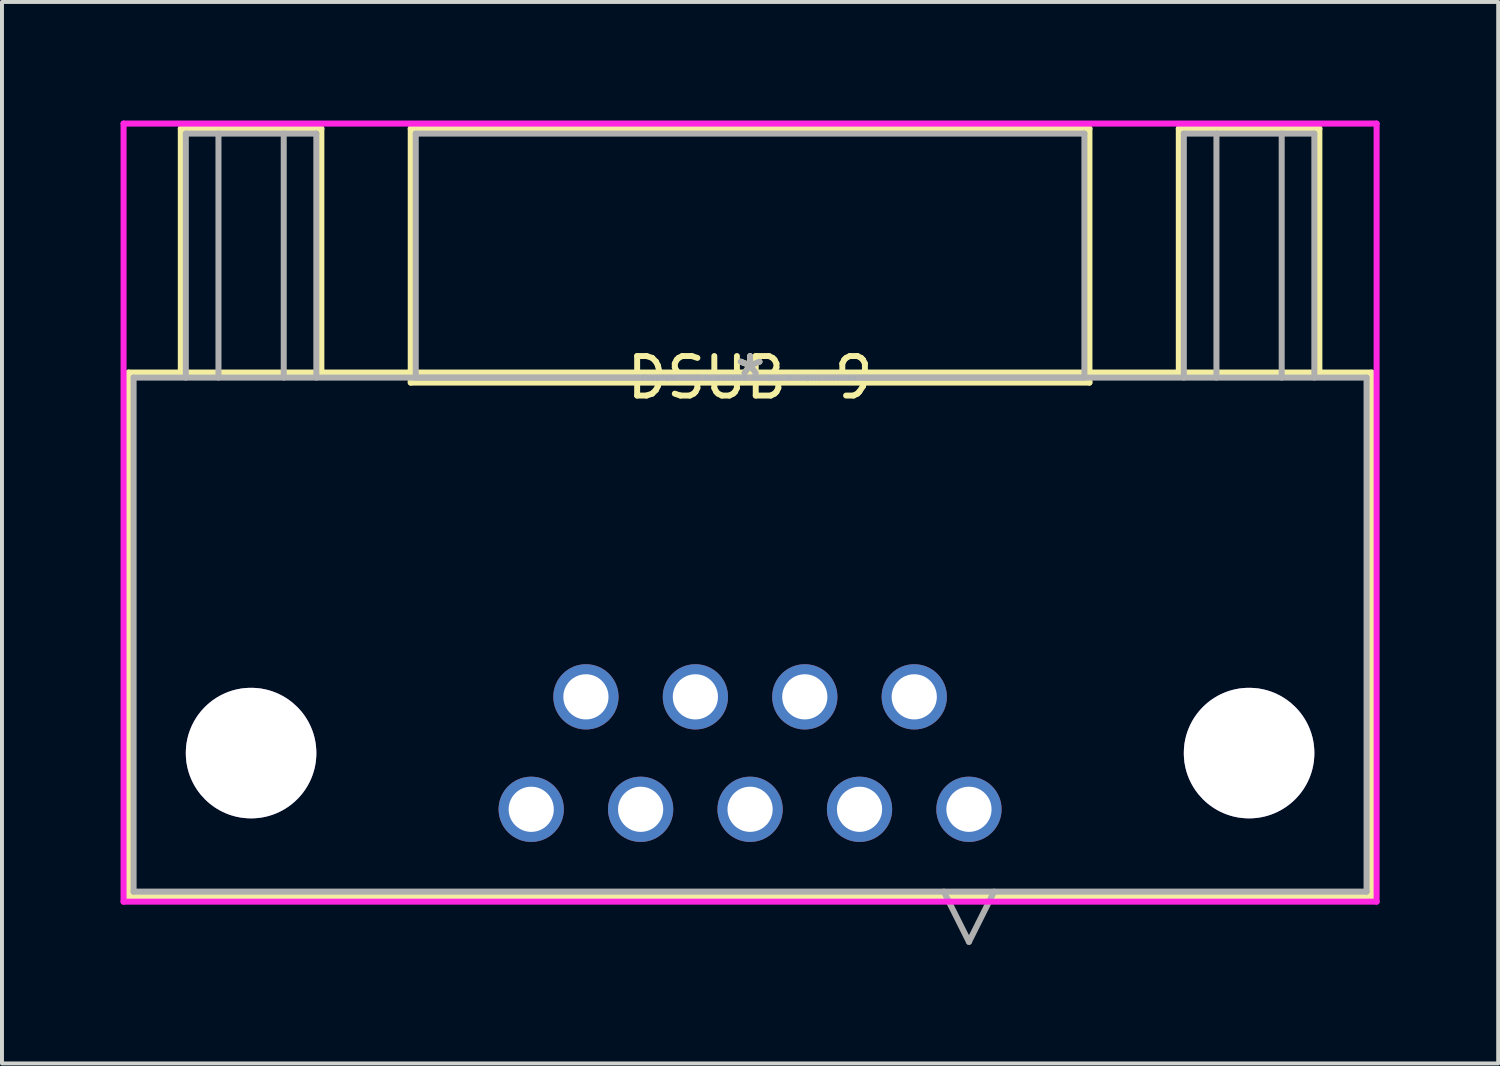
<source format=kicad_pcb>
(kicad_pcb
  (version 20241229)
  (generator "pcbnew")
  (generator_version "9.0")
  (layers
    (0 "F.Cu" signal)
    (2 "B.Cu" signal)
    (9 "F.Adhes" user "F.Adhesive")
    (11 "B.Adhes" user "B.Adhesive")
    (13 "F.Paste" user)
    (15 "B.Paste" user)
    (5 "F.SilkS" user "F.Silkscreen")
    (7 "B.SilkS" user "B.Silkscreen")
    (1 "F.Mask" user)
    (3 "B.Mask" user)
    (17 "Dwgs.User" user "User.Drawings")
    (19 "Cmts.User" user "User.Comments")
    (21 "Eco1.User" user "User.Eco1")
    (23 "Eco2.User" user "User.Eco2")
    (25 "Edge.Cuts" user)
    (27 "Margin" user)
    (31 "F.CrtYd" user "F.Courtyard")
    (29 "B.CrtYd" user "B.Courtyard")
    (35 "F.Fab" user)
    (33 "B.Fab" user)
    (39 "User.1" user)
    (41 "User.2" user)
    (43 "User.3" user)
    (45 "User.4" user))
  (footprint "DSUB-9"
    (layer "F.Cu")
    (at 15.926 6.502)
    (property "Reference" "DSUB-9" (at 0 0 0) (layer "F.SilkS") (effects (font (size 1 1) (thickness 0.15))))
    (attr through_hole)
    (fp_line (start -15.723 -0.127) (end -15.723 13.132) (stroke (width 0.152) (type solid)) (layer "F.SilkS"))
    (fp_line (start -15.723 13.132) (end 15.723 13.132) (stroke (width 0.152) (type solid)) (layer "F.SilkS"))
    (fp_line (start -14.402 -6.299) (end -10.846 -6.299) (stroke (width 0.152) (type solid)) (layer "F.SilkS"))
    (fp_line (start -14.402 -0.127) (end -14.402 -6.299) (stroke (width 0.152) (type solid)) (layer "F.SilkS"))
    (fp_line (start -10.846 -6.299) (end -10.846 -0.127) (stroke (width 0.152) (type solid)) (layer "F.SilkS"))
    (fp_line (start -8.585 -6.299) (end -8.585 0.127) (stroke (width 0.152) (type solid)) (layer "F.SilkS"))
    (fp_line (start -8.585 0.127) (end 8.585 0.127) (stroke (width 0.152) (type solid)) (layer "F.SilkS"))
    (fp_line (start 8.585 -6.299) (end -8.585 -6.299) (stroke (width 0.152) (type solid)) (layer "F.SilkS"))
    (fp_line (start 8.585 0.127) (end 8.585 -6.299) (stroke (width 0.152) (type solid)) (layer "F.SilkS"))
    (fp_line (start 10.846 -6.299) (end 14.402 -6.299) (stroke (width 0.152) (type solid)) (layer "F.SilkS"))
    (fp_line (start 10.846 -0.127) (end 10.846 -6.299) (stroke (width 0.152) (type solid)) (layer "F.SilkS"))
    (fp_line (start 14.402 -6.299) (end 14.402 -0.127) (stroke (width 0.152) (type solid)) (layer "F.SilkS"))
    (fp_line (start 15.723 -0.127) (end -15.723 -0.127) (stroke (width 0.152) (type solid)) (layer "F.SilkS"))
    (fp_line (start 15.723 13.132) (end 15.723 -0.127) (stroke (width 0.152) (type solid)) (layer "F.SilkS"))
    (fp_line (start -15.85 -6.426) (end -15.85 13.259) (stroke (width 0.152) (type solid)) (layer "F.CrtYd"))
    (fp_line (start -15.85 13.259) (end 15.85 13.259) (stroke (width 0.152) (type solid)) (layer "F.CrtYd"))
    (fp_line (start 15.85 -6.426) (end -15.85 -6.426) (stroke (width 0.152) (type solid)) (layer "F.CrtYd"))
    (fp_line (start 15.85 13.259) (end 15.85 -6.426) (stroke (width 0.152) (type solid)) (layer "F.CrtYd"))
    (fp_line (start -15.596 0) (end -15.596 13.005) (stroke (width 0.152) (type solid)) (layer "F.Fab"))
    (fp_line (start -15.596 13.005) (end 15.596 13.005) (stroke (width 0.152) (type solid)) (layer "F.Fab"))
    (fp_line (start -14.275 -6.172) (end -10.973 -6.172) (stroke (width 0.152) (type solid)) (layer "F.Fab"))
    (fp_line (start -14.275 0) (end -14.275 -6.172) (stroke (width 0.152) (type solid)) (layer "F.Fab"))
    (fp_line (start -13.449 0) (end -13.449 -6.172) (stroke (width 0.152) (type solid)) (layer "F.Fab"))
    (fp_line (start -11.798 -6.172) (end -11.798 0) (stroke (width 0.152) (type solid)) (layer "F.Fab"))
    (fp_line (start -10.973 -6.172) (end -10.973 0) (stroke (width 0.152) (type solid)) (layer "F.Fab"))
    (fp_line (start -8.458 -6.172) (end -8.458 0) (stroke (width 0.152) (type solid)) (layer "F.Fab"))
    (fp_line (start -8.458 0) (end 8.458 0) (stroke (width 0.152) (type solid)) (layer "F.Fab"))
    (fp_line (start 4.902 13.005) (end 5.537 14.275) (stroke (width 0.152) (type solid)) (layer "F.Fab"))
    (fp_line (start 6.172 13.005) (end 5.537 14.275) (stroke (width 0.152) (type solid)) (layer "F.Fab"))
    (fp_line (start 8.458 -6.172) (end -8.458 -6.172) (stroke (width 0.152) (type solid)) (layer "F.Fab"))
    (fp_line (start 8.458 0) (end 8.458 -6.172) (stroke (width 0.152) (type solid)) (layer "F.Fab"))
    (fp_line (start 10.973 -6.172) (end 14.275 -6.172) (stroke (width 0.152) (type solid)) (layer "F.Fab"))
    (fp_line (start 10.973 0) (end 10.973 -6.172) (stroke (width 0.152) (type solid)) (layer "F.Fab"))
    (fp_line (start 11.798 0) (end 11.798 -6.172) (stroke (width 0.152) (type solid)) (layer "F.Fab"))
    (fp_line (start 13.449 -6.172) (end 13.449 0) (stroke (width 0.152) (type solid)) (layer "F.Fab"))
    (fp_line (start 14.275 -6.172) (end 14.275 0) (stroke (width 0.152) (type solid)) (layer "F.Fab"))
    (fp_line (start 15.596 0) (end -15.596 0) (stroke (width 0.152) (type solid)) (layer "F.Fab"))
    (fp_line (start 15.596 13.005) (end 15.596 0) (stroke (width 0.152) (type solid)) (layer "F.Fab"))
    (fp_text user "*" (at 0 0 0) (layer "F.SilkS") (effects (font (size 1 1) (thickness 0.15))))
    (fp_text user "Copyright 2016 Accelerated Designs. All rights reserved." (at 0 0 0) (layer "Cmts.User") (effects (font (size 0.127 0.127) (thickness 0.002))))
    (fp_text user "*" (at 0 0 0) (layer "F.Fab") (effects (font (size 1 1) (thickness 0.15))))
    (pad "1" thru_hole circle (at 5.537 10.922) (size 1.651 1.651) (drill 1.143) (layers "*.Cu" "*.Mask"))
    (pad "2" thru_hole circle (at 2.769 10.922) (size 1.651 1.651) (drill 1.143) (layers "*.Cu" "*.Mask"))
    (pad "3" thru_hole circle (at 0 10.922) (size 1.651 1.651) (drill 1.143) (layers "*.Cu" "*.Mask"))
    (pad "4" thru_hole circle (at -2.769 10.922) (size 1.651 1.651) (drill 1.143) (layers "*.Cu" "*.Mask"))
    (pad "5" thru_hole circle (at -5.537 10.922) (size 1.651 1.651) (drill 1.143) (layers "*.Cu" "*.Mask"))
    (pad "6" thru_hole circle (at 4.153 8.077) (size 1.651 1.651) (drill 1.143) (layers "*.Cu" "*.Mask"))
    (pad "7" thru_hole circle (at 1.384 8.077) (size 1.651 1.651) (drill 1.143) (layers "*.Cu" "*.Mask"))
    (pad "8" thru_hole circle (at -1.384 8.077) (size 1.651 1.651) (drill 1.143) (layers "*.Cu" "*.Mask"))
    (pad "9" thru_hole circle (at -4.153 8.077) (size 1.651 1.651) (drill 1.143) (layers "*.Cu" "*.Mask"))
    (pad "MH1" thru_hole circle (at -12.624 9.5) (size 3.302 3.302) (drill 3.302) (layers "*.Cu" "*.Mask"))
    (pad "MH2" thru_hole circle (at 12.624 9.5) (size 3.302 3.302) (drill 3.302) (layers "*.Cu" "*.Mask")))
  (gr_rect
    (start -3 -3)
    (end 34.852 23.853)
    (stroke (width 0.1) (type default))
    (fill no)
    (layer "Edge.Cuts")))
</source>
